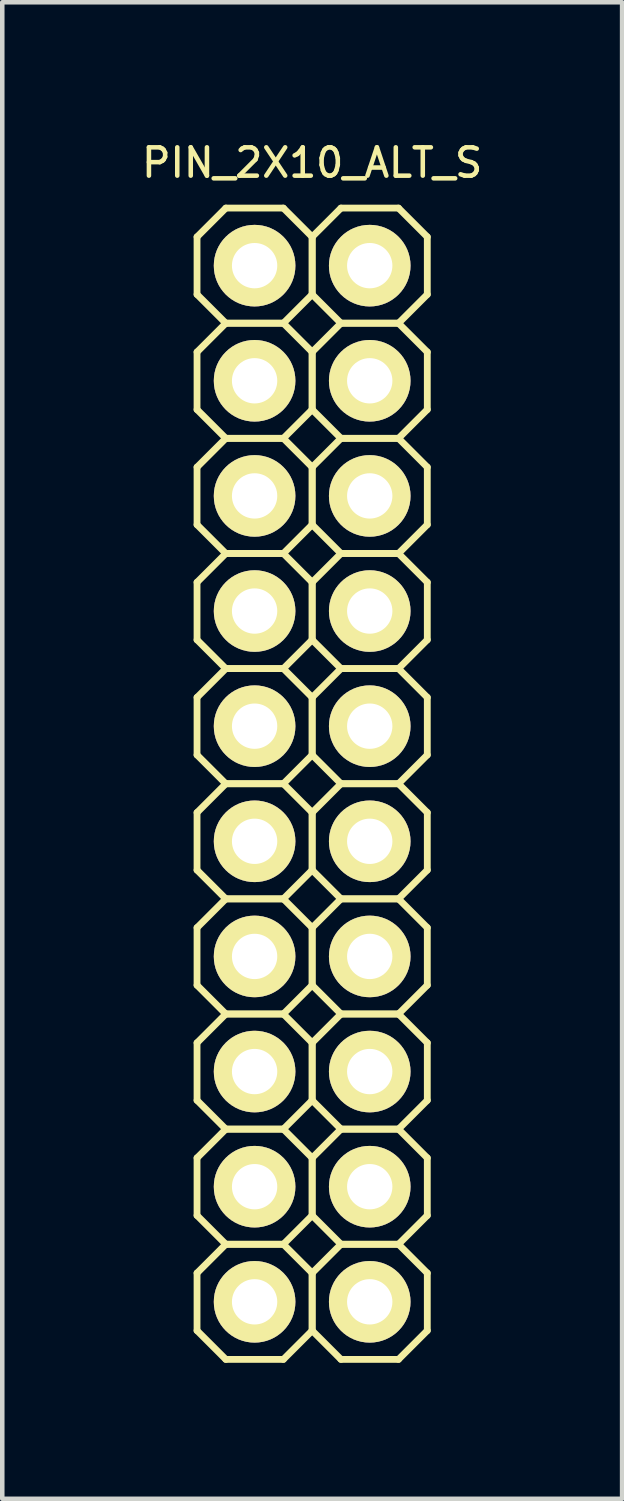
<source format=kicad_pcb>
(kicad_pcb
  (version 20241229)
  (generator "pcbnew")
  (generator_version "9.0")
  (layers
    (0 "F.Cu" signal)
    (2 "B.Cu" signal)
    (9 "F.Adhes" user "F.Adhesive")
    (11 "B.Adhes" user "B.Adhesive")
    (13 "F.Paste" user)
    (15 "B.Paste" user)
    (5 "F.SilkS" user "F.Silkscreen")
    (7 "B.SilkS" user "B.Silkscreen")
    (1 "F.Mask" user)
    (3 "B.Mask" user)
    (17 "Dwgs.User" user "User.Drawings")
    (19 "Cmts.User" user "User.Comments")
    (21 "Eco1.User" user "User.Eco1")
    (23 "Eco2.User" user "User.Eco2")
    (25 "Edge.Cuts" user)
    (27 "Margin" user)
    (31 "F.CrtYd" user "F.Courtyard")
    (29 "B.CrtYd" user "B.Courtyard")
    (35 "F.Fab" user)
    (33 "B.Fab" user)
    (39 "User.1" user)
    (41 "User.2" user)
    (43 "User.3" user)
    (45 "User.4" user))
  (footprint "PIN_2X10_ALT_S"
    (layer "F.Cu")
    (at 3.837 14.241)
    (property "Reference" "PIN_2X10_ALT_S" (at 0 -13.7 0) (layer "F.SilkS") (effects (font (size 0.625 0.625) (thickness 0.1))))
    (attr through_hole)
    (fp_line (start -2.54 -12.065) (end -2.54 -10.795) (stroke (width 0.15) (type solid)) (layer "F.SilkS"))
    (fp_line (start -2.54 -10.795) (end -1.905 -10.16) (stroke (width 0.15) (type solid)) (layer "F.SilkS"))
    (fp_line (start -2.54 -9.525) (end -2.54 -8.255) (stroke (width 0.15) (type solid)) (layer "F.SilkS"))
    (fp_line (start -2.54 -8.255) (end -1.905 -7.62) (stroke (width 0.15) (type solid)) (layer "F.SilkS"))
    (fp_line (start -2.54 -6.985) (end -2.54 -5.715) (stroke (width 0.15) (type solid)) (layer "F.SilkS"))
    (fp_line (start -2.54 -5.715) (end -1.905 -5.08) (stroke (width 0.15) (type solid)) (layer "F.SilkS"))
    (fp_line (start -2.54 -4.445) (end -2.54 -3.175) (stroke (width 0.15) (type solid)) (layer "F.SilkS"))
    (fp_line (start -2.54 -3.175) (end -1.905 -2.54) (stroke (width 0.15) (type solid)) (layer "F.SilkS"))
    (fp_line (start -2.54 -1.905) (end -2.54 -0.635) (stroke (width 0.15) (type solid)) (layer "F.SilkS"))
    (fp_line (start -2.54 -0.635) (end -1.905 0) (stroke (width 0.15) (type solid)) (layer "F.SilkS"))
    (fp_line (start -2.54 0.635) (end -2.54 1.905) (stroke (width 0.15) (type solid)) (layer "F.SilkS"))
    (fp_line (start -2.54 1.905) (end -1.905 2.54) (stroke (width 0.15) (type solid)) (layer "F.SilkS"))
    (fp_line (start -2.54 3.175) (end -2.54 4.445) (stroke (width 0.15) (type solid)) (layer "F.SilkS"))
    (fp_line (start -2.54 4.445) (end -1.905 5.08) (stroke (width 0.15) (type solid)) (layer "F.SilkS"))
    (fp_line (start -2.54 5.715) (end -2.54 6.985) (stroke (width 0.15) (type solid)) (layer "F.SilkS"))
    (fp_line (start -2.54 6.985) (end -1.905 7.62) (stroke (width 0.15) (type solid)) (layer "F.SilkS"))
    (fp_line (start -2.54 8.255) (end -2.54 9.525) (stroke (width 0.15) (type solid)) (layer "F.SilkS"))
    (fp_line (start -2.54 9.525) (end -1.905 10.16) (stroke (width 0.15) (type solid)) (layer "F.SilkS"))
    (fp_line (start -2.54 10.795) (end -2.54 12.065) (stroke (width 0.15) (type solid)) (layer "F.SilkS"))
    (fp_line (start -2.54 12.065) (end -1.905 12.7) (stroke (width 0.15) (type solid)) (layer "F.SilkS"))
    (fp_line (start -1.905 -12.7) (end -2.54 -12.065) (stroke (width 0.15) (type solid)) (layer "F.SilkS"))
    (fp_line (start -1.905 -10.16) (end -2.54 -9.525) (stroke (width 0.15) (type solid)) (layer "F.SilkS"))
    (fp_line (start -1.905 -10.16) (end -0.635 -10.16) (stroke (width 0.15) (type solid)) (layer "F.SilkS"))
    (fp_line (start -1.905 -7.62) (end -2.54 -6.985) (stroke (width 0.15) (type solid)) (layer "F.SilkS"))
    (fp_line (start -1.905 -7.62) (end -0.635 -7.62) (stroke (width 0.15) (type solid)) (layer "F.SilkS"))
    (fp_line (start -1.905 -5.08) (end -2.54 -4.445) (stroke (width 0.15) (type solid)) (layer "F.SilkS"))
    (fp_line (start -1.905 -5.08) (end -0.635 -5.08) (stroke (width 0.15) (type solid)) (layer "F.SilkS"))
    (fp_line (start -1.905 -2.54) (end -2.54 -1.905) (stroke (width 0.15) (type solid)) (layer "F.SilkS"))
    (fp_line (start -1.905 -2.54) (end -0.635 -2.54) (stroke (width 0.15) (type solid)) (layer "F.SilkS"))
    (fp_line (start -1.905 0) (end -2.54 0.635) (stroke (width 0.15) (type solid)) (layer "F.SilkS"))
    (fp_line (start -1.905 0) (end -0.635 0) (stroke (width 0.15) (type solid)) (layer "F.SilkS"))
    (fp_line (start -1.905 2.54) (end -2.54 3.175) (stroke (width 0.15) (type solid)) (layer "F.SilkS"))
    (fp_line (start -1.905 2.54) (end -0.635 2.54) (stroke (width 0.15) (type solid)) (layer "F.SilkS"))
    (fp_line (start -1.905 5.08) (end -2.54 5.715) (stroke (width 0.15) (type solid)) (layer "F.SilkS"))
    (fp_line (start -1.905 5.08) (end -0.635 5.08) (stroke (width 0.15) (type solid)) (layer "F.SilkS"))
    (fp_line (start -1.905 7.62) (end -2.54 8.255) (stroke (width 0.15) (type solid)) (layer "F.SilkS"))
    (fp_line (start -1.905 7.62) (end -0.635 7.62) (stroke (width 0.15) (type solid)) (layer "F.SilkS"))
    (fp_line (start -1.905 10.16) (end -2.54 10.795) (stroke (width 0.15) (type solid)) (layer "F.SilkS"))
    (fp_line (start -1.905 10.16) (end -0.635 10.16) (stroke (width 0.15) (type solid)) (layer "F.SilkS"))
    (fp_line (start -1.905 12.7) (end -0.635 12.7) (stroke (width 0.15) (type solid)) (layer "F.SilkS"))
    (fp_line (start -0.635 -12.7) (end -1.905 -12.7) (stroke (width 0.15) (type solid)) (layer "F.SilkS"))
    (fp_line (start -0.635 -10.16) (end -1.905 -10.16) (stroke (width 0.15) (type solid)) (layer "F.SilkS"))
    (fp_line (start -0.635 -10.16) (end 0 -10.795) (stroke (width 0.15) (type solid)) (layer "F.SilkS"))
    (fp_line (start -0.635 -7.62) (end -1.905 -7.62) (stroke (width 0.15) (type solid)) (layer "F.SilkS"))
    (fp_line (start -0.635 -7.62) (end 0 -8.255) (stroke (width 0.15) (type solid)) (layer "F.SilkS"))
    (fp_line (start -0.635 -5.08) (end -1.905 -5.08) (stroke (width 0.15) (type solid)) (layer "F.SilkS"))
    (fp_line (start -0.635 -5.08) (end 0 -5.715) (stroke (width 0.15) (type solid)) (layer "F.SilkS"))
    (fp_line (start -0.635 -2.54) (end -1.905 -2.54) (stroke (width 0.15) (type solid)) (layer "F.SilkS"))
    (fp_line (start -0.635 -2.54) (end 0 -3.175) (stroke (width 0.15) (type solid)) (layer "F.SilkS"))
    (fp_line (start -0.635 0) (end -1.905 0) (stroke (width 0.15) (type solid)) (layer "F.SilkS"))
    (fp_line (start -0.635 0) (end 0 -0.635) (stroke (width 0.15) (type solid)) (layer "F.SilkS"))
    (fp_line (start -0.635 2.54) (end -1.905 2.54) (stroke (width 0.15) (type solid)) (layer "F.SilkS"))
    (fp_line (start -0.635 2.54) (end 0 1.905) (stroke (width 0.15) (type solid)) (layer "F.SilkS"))
    (fp_line (start -0.635 5.08) (end -1.905 5.08) (stroke (width 0.15) (type solid)) (layer "F.SilkS"))
    (fp_line (start -0.635 5.08) (end 0 4.445) (stroke (width 0.15) (type solid)) (layer "F.SilkS"))
    (fp_line (start -0.635 7.62) (end -1.905 7.62) (stroke (width 0.15) (type solid)) (layer "F.SilkS"))
    (fp_line (start -0.635 7.62) (end 0 6.985) (stroke (width 0.15) (type solid)) (layer "F.SilkS"))
    (fp_line (start -0.635 10.16) (end -1.905 10.16) (stroke (width 0.15) (type solid)) (layer "F.SilkS"))
    (fp_line (start -0.635 10.16) (end 0 9.525) (stroke (width 0.15) (type solid)) (layer "F.SilkS"))
    (fp_line (start -0.635 12.7) (end 0 12.065) (stroke (width 0.15) (type solid)) (layer "F.SilkS"))
    (fp_line (start 0 -12.065) (end -0.635 -12.7) (stroke (width 0.15) (type solid)) (layer "F.SilkS"))
    (fp_line (start 0 -12.065) (end 0.635 -12.7) (stroke (width 0.15) (type solid)) (layer "F.SilkS"))
    (fp_line (start 0 -10.795) (end 0 -12.065) (stroke (width 0.15) (type solid)) (layer "F.SilkS"))
    (fp_line (start 0 -10.795) (end 0 -12.065) (stroke (width 0.15) (type solid)) (layer "F.SilkS"))
    (fp_line (start 0 -9.525) (end -0.635 -10.16) (stroke (width 0.15) (type solid)) (layer "F.SilkS"))
    (fp_line (start 0 -9.525) (end 0.635 -10.16) (stroke (width 0.15) (type solid)) (layer "F.SilkS"))
    (fp_line (start 0 -8.255) (end 0 -9.525) (stroke (width 0.15) (type solid)) (layer "F.SilkS"))
    (fp_line (start 0 -8.255) (end 0 -9.525) (stroke (width 0.15) (type solid)) (layer "F.SilkS"))
    (fp_line (start 0 -6.985) (end -0.635 -7.62) (stroke (width 0.15) (type solid)) (layer "F.SilkS"))
    (fp_line (start 0 -6.985) (end 0.635 -7.62) (stroke (width 0.15) (type solid)) (layer "F.SilkS"))
    (fp_line (start 0 -5.715) (end 0 -6.985) (stroke (width 0.15) (type solid)) (layer "F.SilkS"))
    (fp_line (start 0 -5.715) (end 0 -6.985) (stroke (width 0.15) (type solid)) (layer "F.SilkS"))
    (fp_line (start 0 -4.445) (end -0.635 -5.08) (stroke (width 0.15) (type solid)) (layer "F.SilkS"))
    (fp_line (start 0 -4.445) (end 0.635 -5.08) (stroke (width 0.15) (type solid)) (layer "F.SilkS"))
    (fp_line (start 0 -3.175) (end 0 -4.445) (stroke (width 0.15) (type solid)) (layer "F.SilkS"))
    (fp_line (start 0 -3.175) (end 0 -4.445) (stroke (width 0.15) (type solid)) (layer "F.SilkS"))
    (fp_line (start 0 -1.905) (end -0.635 -2.54) (stroke (width 0.15) (type solid)) (layer "F.SilkS"))
    (fp_line (start 0 -1.905) (end 0.635 -2.54) (stroke (width 0.15) (type solid)) (layer "F.SilkS"))
    (fp_line (start 0 -0.635) (end 0 -1.905) (stroke (width 0.15) (type solid)) (layer "F.SilkS"))
    (fp_line (start 0 -0.635) (end 0 -1.905) (stroke (width 0.15) (type solid)) (layer "F.SilkS"))
    (fp_line (start 0 0.635) (end -0.635 0) (stroke (width 0.15) (type solid)) (layer "F.SilkS"))
    (fp_line (start 0 0.635) (end 0.635 0) (stroke (width 0.15) (type solid)) (layer "F.SilkS"))
    (fp_line (start 0 1.905) (end 0 0.635) (stroke (width 0.15) (type solid)) (layer "F.SilkS"))
    (fp_line (start 0 1.905) (end 0 0.635) (stroke (width 0.15) (type solid)) (layer "F.SilkS"))
    (fp_line (start 0 3.175) (end -0.635 2.54) (stroke (width 0.15) (type solid)) (layer "F.SilkS"))
    (fp_line (start 0 3.175) (end 0.635 2.54) (stroke (width 0.15) (type solid)) (layer "F.SilkS"))
    (fp_line (start 0 4.445) (end 0 3.175) (stroke (width 0.15) (type solid)) (layer "F.SilkS"))
    (fp_line (start 0 4.445) (end 0 3.175) (stroke (width 0.15) (type solid)) (layer "F.SilkS"))
    (fp_line (start 0 5.715) (end -0.635 5.08) (stroke (width 0.15) (type solid)) (layer "F.SilkS"))
    (fp_line (start 0 5.715) (end 0.635 5.08) (stroke (width 0.15) (type solid)) (layer "F.SilkS"))
    (fp_line (start 0 6.985) (end 0 5.715) (stroke (width 0.15) (type solid)) (layer "F.SilkS"))
    (fp_line (start 0 6.985) (end 0 5.715) (stroke (width 0.15) (type solid)) (layer "F.SilkS"))
    (fp_line (start 0 8.255) (end -0.635 7.62) (stroke (width 0.15) (type solid)) (layer "F.SilkS"))
    (fp_line (start 0 8.255) (end 0.635 7.62) (stroke (width 0.15) (type solid)) (layer "F.SilkS"))
    (fp_line (start 0 9.525) (end 0 8.255) (stroke (width 0.15) (type solid)) (layer "F.SilkS"))
    (fp_line (start 0 9.525) (end 0 8.255) (stroke (width 0.15) (type solid)) (layer "F.SilkS"))
    (fp_line (start 0 10.795) (end -0.635 10.16) (stroke (width 0.15) (type solid)) (layer "F.SilkS"))
    (fp_line (start 0 10.795) (end 0.635 10.16) (stroke (width 0.15) (type solid)) (layer "F.SilkS"))
    (fp_line (start 0 12.065) (end 0 10.795) (stroke (width 0.15) (type solid)) (layer "F.SilkS"))
    (fp_line (start 0 12.065) (end 0 10.795) (stroke (width 0.15) (type solid)) (layer "F.SilkS"))
    (fp_line (start 0.635 -12.7) (end 1.905 -12.7) (stroke (width 0.15) (type solid)) (layer "F.SilkS"))
    (fp_line (start 0.635 -10.16) (end 0 -10.795) (stroke (width 0.15) (type solid)) (layer "F.SilkS"))
    (fp_line (start 0.635 -10.16) (end 1.905 -10.16) (stroke (width 0.15) (type solid)) (layer "F.SilkS"))
    (fp_line (start 0.635 -7.62) (end 0 -8.255) (stroke (width 0.15) (type solid)) (layer "F.SilkS"))
    (fp_line (start 0.635 -7.62) (end 1.905 -7.62) (stroke (width 0.15) (type solid)) (layer "F.SilkS"))
    (fp_line (start 0.635 -5.08) (end 0 -5.715) (stroke (width 0.15) (type solid)) (layer "F.SilkS"))
    (fp_line (start 0.635 -5.08) (end 1.905 -5.08) (stroke (width 0.15) (type solid)) (layer "F.SilkS"))
    (fp_line (start 0.635 -2.54) (end 0 -3.175) (stroke (width 0.15) (type solid)) (layer "F.SilkS"))
    (fp_line (start 0.635 -2.54) (end 1.905 -2.54) (stroke (width 0.15) (type solid)) (layer "F.SilkS"))
    (fp_line (start 0.635 0) (end 0 -0.635) (stroke (width 0.15) (type solid)) (layer "F.SilkS"))
    (fp_line (start 0.635 0) (end 1.905 0) (stroke (width 0.15) (type solid)) (layer "F.SilkS"))
    (fp_line (start 0.635 2.54) (end 0 1.905) (stroke (width 0.15) (type solid)) (layer "F.SilkS"))
    (fp_line (start 0.635 2.54) (end 1.905 2.54) (stroke (width 0.15) (type solid)) (layer "F.SilkS"))
    (fp_line (start 0.635 5.08) (end 0 4.445) (stroke (width 0.15) (type solid)) (layer "F.SilkS"))
    (fp_line (start 0.635 5.08) (end 1.905 5.08) (stroke (width 0.15) (type solid)) (layer "F.SilkS"))
    (fp_line (start 0.635 7.62) (end 0 6.985) (stroke (width 0.15) (type solid)) (layer "F.SilkS"))
    (fp_line (start 0.635 7.62) (end 1.905 7.62) (stroke (width 0.15) (type solid)) (layer "F.SilkS"))
    (fp_line (start 0.635 10.16) (end 0 9.525) (stroke (width 0.15) (type solid)) (layer "F.SilkS"))
    (fp_line (start 0.635 10.16) (end 1.905 10.16) (stroke (width 0.15) (type solid)) (layer "F.SilkS"))
    (fp_line (start 0.635 12.7) (end 0 12.065) (stroke (width 0.15) (type solid)) (layer "F.SilkS"))
    (fp_line (start 1.905 -12.7) (end 2.54 -12.065) (stroke (width 0.15) (type solid)) (layer "F.SilkS"))
    (fp_line (start 1.905 -10.16) (end 0.635 -10.16) (stroke (width 0.15) (type solid)) (layer "F.SilkS"))
    (fp_line (start 1.905 -10.16) (end 2.54 -9.525) (stroke (width 0.15) (type solid)) (layer "F.SilkS"))
    (fp_line (start 1.905 -7.62) (end 0.635 -7.62) (stroke (width 0.15) (type solid)) (layer "F.SilkS"))
    (fp_line (start 1.905 -7.62) (end 2.54 -6.985) (stroke (width 0.15) (type solid)) (layer "F.SilkS"))
    (fp_line (start 1.905 -5.08) (end 0.635 -5.08) (stroke (width 0.15) (type solid)) (layer "F.SilkS"))
    (fp_line (start 1.905 -5.08) (end 2.54 -4.445) (stroke (width 0.15) (type solid)) (layer "F.SilkS"))
    (fp_line (start 1.905 -2.54) (end 0.635 -2.54) (stroke (width 0.15) (type solid)) (layer "F.SilkS"))
    (fp_line (start 1.905 -2.54) (end 2.54 -1.905) (stroke (width 0.15) (type solid)) (layer "F.SilkS"))
    (fp_line (start 1.905 0) (end 0.635 0) (stroke (width 0.15) (type solid)) (layer "F.SilkS"))
    (fp_line (start 1.905 0) (end 2.54 0.635) (stroke (width 0.15) (type solid)) (layer "F.SilkS"))
    (fp_line (start 1.905 2.54) (end 0.635 2.54) (stroke (width 0.15) (type solid)) (layer "F.SilkS"))
    (fp_line (start 1.905 2.54) (end 2.54 3.175) (stroke (width 0.15) (type solid)) (layer "F.SilkS"))
    (fp_line (start 1.905 5.08) (end 0.635 5.08) (stroke (width 0.15) (type solid)) (layer "F.SilkS"))
    (fp_line (start 1.905 5.08) (end 2.54 5.715) (stroke (width 0.15) (type solid)) (layer "F.SilkS"))
    (fp_line (start 1.905 7.62) (end 0.635 7.62) (stroke (width 0.15) (type solid)) (layer "F.SilkS"))
    (fp_line (start 1.905 7.62) (end 2.54 8.255) (stroke (width 0.15) (type solid)) (layer "F.SilkS"))
    (fp_line (start 1.905 10.16) (end 0.635 10.16) (stroke (width 0.15) (type solid)) (layer "F.SilkS"))
    (fp_line (start 1.905 10.16) (end 2.54 10.795) (stroke (width 0.15) (type solid)) (layer "F.SilkS"))
    (fp_line (start 1.905 12.7) (end 0.635 12.7) (stroke (width 0.15) (type solid)) (layer "F.SilkS"))
    (fp_line (start 2.54 -12.065) (end 2.54 -10.795) (stroke (width 0.15) (type solid)) (layer "F.SilkS"))
    (fp_line (start 2.54 -10.795) (end 1.905 -10.16) (stroke (width 0.15) (type solid)) (layer "F.SilkS"))
    (fp_line (start 2.54 -9.525) (end 2.54 -8.255) (stroke (width 0.15) (type solid)) (layer "F.SilkS"))
    (fp_line (start 2.54 -8.255) (end 1.905 -7.62) (stroke (width 0.15) (type solid)) (layer "F.SilkS"))
    (fp_line (start 2.54 -6.985) (end 2.54 -5.715) (stroke (width 0.15) (type solid)) (layer "F.SilkS"))
    (fp_line (start 2.54 -5.715) (end 1.905 -5.08) (stroke (width 0.15) (type solid)) (layer "F.SilkS"))
    (fp_line (start 2.54 -4.445) (end 2.54 -3.175) (stroke (width 0.15) (type solid)) (layer "F.SilkS"))
    (fp_line (start 2.54 -3.175) (end 1.905 -2.54) (stroke (width 0.15) (type solid)) (layer "F.SilkS"))
    (fp_line (start 2.54 -1.905) (end 2.54 -0.635) (stroke (width 0.15) (type solid)) (layer "F.SilkS"))
    (fp_line (start 2.54 -0.635) (end 1.905 0) (stroke (width 0.15) (type solid)) (layer "F.SilkS"))
    (fp_line (start 2.54 0.635) (end 2.54 1.905) (stroke (width 0.15) (type solid)) (layer "F.SilkS"))
    (fp_line (start 2.54 1.905) (end 1.905 2.54) (stroke (width 0.15) (type solid)) (layer "F.SilkS"))
    (fp_line (start 2.54 3.175) (end 2.54 4.445) (stroke (width 0.15) (type solid)) (layer "F.SilkS"))
    (fp_line (start 2.54 4.445) (end 1.905 5.08) (stroke (width 0.15) (type solid)) (layer "F.SilkS"))
    (fp_line (start 2.54 5.715) (end 2.54 6.985) (stroke (width 0.15) (type solid)) (layer "F.SilkS"))
    (fp_line (start 2.54 6.985) (end 1.905 7.62) (stroke (width 0.15) (type solid)) (layer "F.SilkS"))
    (fp_line (start 2.54 8.255) (end 2.54 9.525) (stroke (width 0.15) (type solid)) (layer "F.SilkS"))
    (fp_line (start 2.54 9.525) (end 1.905 10.16) (stroke (width 0.15) (type solid)) (layer "F.SilkS"))
    (fp_line (start 2.54 10.795) (end 2.54 12.065) (stroke (width 0.15) (type solid)) (layer "F.SilkS"))
    (fp_line (start 2.54 12.065) (end 1.905 12.7) (stroke (width 0.15) (type solid)) (layer "F.SilkS"))
    (pad "1" thru_hole circle (at -1.27 -11.43 180) (size 1.8 1.8) (drill 1) (layers "*.Cu" "*.Mask" "F.SilkS"))
    (pad "2" thru_hole circle (at 1.27 -11.43) (size 1.8 1.8) (drill 1) (layers "*.Cu" "*.Mask" "F.SilkS"))
    (pad "3" thru_hole circle (at -1.27 -8.89 180) (size 1.8 1.8) (drill 1) (layers "*.Cu" "*.Mask" "F.SilkS"))
    (pad "4" thru_hole circle (at 1.27 -8.89) (size 1.8 1.8) (drill 1) (layers "*.Cu" "*.Mask" "F.SilkS"))
    (pad "5" thru_hole circle (at -1.27 -6.35 180) (size 1.8 1.8) (drill 1) (layers "*.Cu" "*.Mask" "F.SilkS"))
    (pad "6" thru_hole circle (at 1.27 -6.35) (size 1.8 1.8) (drill 1) (layers "*.Cu" "*.Mask" "F.SilkS"))
    (pad "7" thru_hole circle (at -1.27 -3.81 180) (size 1.8 1.8) (drill 1) (layers "*.Cu" "*.Mask" "F.SilkS"))
    (pad "8" thru_hole circle (at 1.27 -3.81) (size 1.8 1.8) (drill 1) (layers "*.Cu" "*.Mask" "F.SilkS"))
    (pad "9" thru_hole circle (at -1.27 -1.27 180) (size 1.8 1.8) (drill 1) (layers "*.Cu" "*.Mask" "F.SilkS"))
    (pad "10" thru_hole circle (at 1.27 -1.27) (size 1.8 1.8) (drill 1) (layers "*.Cu" "*.Mask" "F.SilkS"))
    (pad "11" thru_hole circle (at -1.27 1.27 180) (size 1.8 1.8) (drill 1) (layers "*.Cu" "*.Mask" "F.SilkS"))
    (pad "12" thru_hole circle (at 1.27 1.27) (size 1.8 1.8) (drill 1) (layers "*.Cu" "*.Mask" "F.SilkS"))
    (pad "13" thru_hole circle (at -1.27 3.81 180) (size 1.8 1.8) (drill 1) (layers "*.Cu" "*.Mask" "F.SilkS"))
    (pad "14" thru_hole circle (at 1.27 3.81) (size 1.8 1.8) (drill 1) (layers "*.Cu" "*.Mask" "F.SilkS"))
    (pad "15" thru_hole circle (at -1.27 6.35 180) (size 1.8 1.8) (drill 1) (layers "*.Cu" "*.Mask" "F.SilkS"))
    (pad "16" thru_hole circle (at 1.27 6.35) (size 1.8 1.8) (drill 1) (layers "*.Cu" "*.Mask" "F.SilkS"))
    (pad "17" thru_hole circle (at -1.27 8.89 180) (size 1.8 1.8) (drill 1) (layers "*.Cu" "*.Mask" "F.SilkS"))
    (pad "18" thru_hole circle (at 1.27 8.89) (size 1.8 1.8) (drill 1) (layers "*.Cu" "*.Mask" "F.SilkS"))
    (pad "19" thru_hole circle (at -1.27 11.43 180) (size 1.8 1.8) (drill 1) (layers "*.Cu" "*.Mask" "F.SilkS"))
    (pad "20" thru_hole circle (at 1.27 11.43) (size 1.8 1.8) (drill 1) (layers "*.Cu" "*.Mask" "F.SilkS")))
  (gr_rect
    (start -3 -3)
    (end 10.675 30.016)
    (stroke (width 0.1) (type default))
    (fill no)
    (layer "Edge.Cuts")))
</source>
